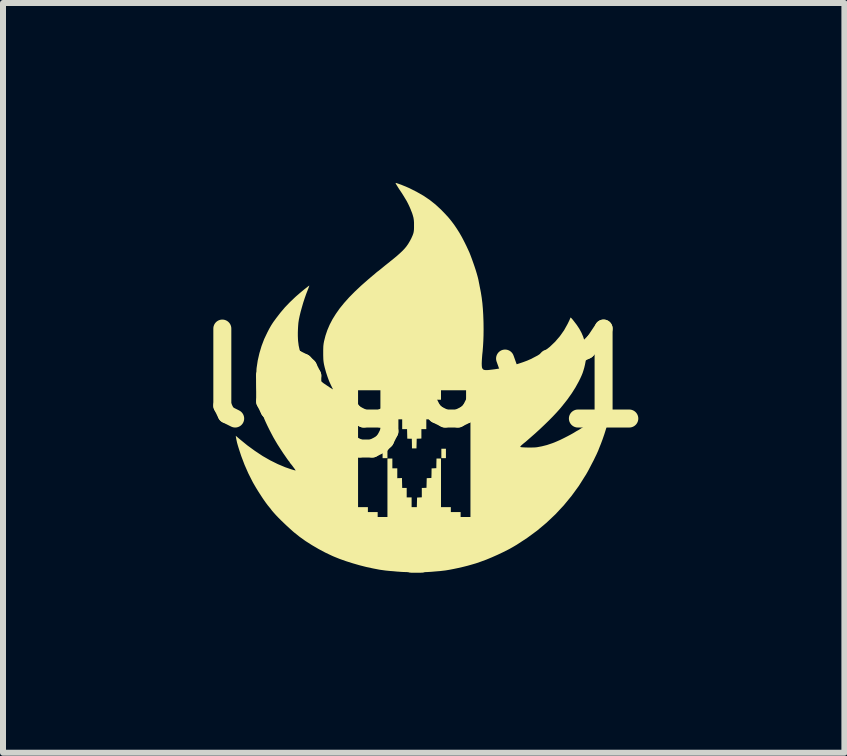
<source format=kicad_pcb>
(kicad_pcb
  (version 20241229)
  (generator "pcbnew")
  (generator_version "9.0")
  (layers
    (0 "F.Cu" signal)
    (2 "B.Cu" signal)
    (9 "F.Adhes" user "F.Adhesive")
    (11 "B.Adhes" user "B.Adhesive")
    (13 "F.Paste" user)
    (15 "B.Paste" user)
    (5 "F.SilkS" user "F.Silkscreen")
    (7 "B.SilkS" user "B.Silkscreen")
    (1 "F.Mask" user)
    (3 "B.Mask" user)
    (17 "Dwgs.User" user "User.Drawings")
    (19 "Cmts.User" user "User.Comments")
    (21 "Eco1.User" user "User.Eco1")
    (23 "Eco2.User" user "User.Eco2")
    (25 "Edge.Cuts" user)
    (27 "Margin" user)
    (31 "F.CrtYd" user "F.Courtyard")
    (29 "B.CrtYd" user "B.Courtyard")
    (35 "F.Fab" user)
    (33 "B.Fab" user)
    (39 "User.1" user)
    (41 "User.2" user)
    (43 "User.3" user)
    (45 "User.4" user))
  (footprint "logov1"
    (layer "F.Cu")
    (at 4.014 3.25)
    (property "Reference" "logov1" (at 0 0 0) (layer "F.SilkS") (effects (font (size 1.5 1.5) (thickness 0.3))))
    (attr board_only exclude_from_pos_files exclude_from_bom)
    (fp_poly (pts (xy -0.604 1.261) (xy -0.604 1.339) (xy -0.644 1.339) (xy -0.685 1.339) (xy -0.685 1.261) (xy -0.685 1.182) (xy -0.644 1.182) (xy -0.604 1.182)) (stroke (width 0) (type solid)) (fill yes) (layer "F.SilkS"))
    (fp_poly (pts (xy 0.371 1.261) (xy 0.371 1.339) (xy 0.333 1.339) (xy 0.295 1.339) (xy 0.295 1.261) (xy 0.295 1.182) (xy 0.333 1.182) (xy 0.371 1.182)) (stroke (width 0) (type solid)) (fill yes) (layer "F.SilkS"))
    (fp_poly (pts (xy -0.456 -3.248) (xy -0.435 -3.241) (xy -0.406 -3.231) (xy -0.372 -3.219) (xy -0.336 -3.204) (xy -0.298 -3.189) (xy -0.262 -3.173) (xy -0.241 -3.164) (xy -0.118 -3.102) (xy -0.004 -3.037) (xy 0.1 -2.967) (xy 0.197 -2.89) (xy 0.288 -2.806) (xy 0.293 -2.801) (xy 0.357 -2.735) (xy 0.413 -2.674) (xy 0.462 -2.614) (xy 0.508 -2.553) (xy 0.552 -2.488) (xy 0.597 -2.417) (xy 0.603 -2.406) (xy 0.629 -2.361) (xy 0.657 -2.309) (xy 0.686 -2.252) (xy 0.714 -2.195) (xy 0.74 -2.139) (xy 0.763 -2.089) (xy 0.776 -2.056) (xy 0.801 -1.99) (xy 0.825 -1.923) (xy 0.848 -1.857) (xy 0.869 -1.793) (xy 0.887 -1.733) (xy 0.902 -1.679) (xy 0.913 -1.633) (xy 0.92 -1.597) (xy 0.923 -1.581) (xy 0.928 -1.557) (xy 0.933 -1.529) (xy 0.936 -1.515) (xy 0.954 -1.423) (xy 0.968 -1.334) (xy 0.979 -1.245) (xy 0.987 -1.153) (xy 0.993 -1.055) (xy 0.997 -0.949) (xy 0.998 -0.908) (xy 0.999 -0.805) (xy 0.998 -0.71) (xy 0.995 -0.62) (xy 0.99 -0.532) (xy 0.983 -0.441) (xy 0.977 -0.388) (xy 0.974 -0.349) (xy 0.971 -0.307) (xy 0.969 -0.269) (xy 0.968 -0.238) (xy 0.969 -0.202) (xy 0.972 -0.174) (xy 0.98 -0.154) (xy 0.992 -0.14) (xy 1.011 -0.132) (xy 1.037 -0.129) (xy 1.073 -0.13) (xy 1.119 -0.135) (xy 1.144 -0.138) (xy 1.184 -0.143) (xy 1.223 -0.149) (xy 1.259 -0.155) (xy 1.288 -0.159) (xy 1.298 -0.161) (xy 1.364 -0.175) (xy 1.436 -0.193) (xy 1.511 -0.214) (xy 1.587 -0.238) (xy 1.659 -0.262) (xy 1.726 -0.287) (xy 1.783 -0.312) (xy 1.786 -0.313) (xy 1.899 -0.372) (xy 2.005 -0.44) (xy 2.103 -0.517) (xy 2.192 -0.602) (xy 2.271 -0.694) (xy 2.341 -0.793) (xy 2.4 -0.899) (xy 2.402 -0.903) (xy 2.417 -0.934) (xy 2.43 -0.961) (xy 2.439 -0.982) (xy 2.445 -0.996) (xy 2.446 -0.999) (xy 2.447 -1.005) (xy 2.453 -1.004) (xy 2.464 -0.994) (xy 2.48 -0.976) (xy 2.5 -0.951) (xy 2.553 -0.882) (xy 2.596 -0.817) (xy 2.63 -0.754) (xy 2.658 -0.69) (xy 2.68 -0.623) (xy 2.689 -0.588) (xy 2.696 -0.56) (xy 2.7 -0.536) (xy 2.703 -0.512) (xy 2.705 -0.485) (xy 2.706 -0.451) (xy 2.706 -0.409) (xy 2.706 -0.366) (xy 2.705 -0.333) (xy 2.704 -0.305) (xy 2.701 -0.28) (xy 2.696 -0.253) (xy 2.69 -0.222) (xy 2.689 -0.217) (xy 2.677 -0.167) (xy 2.664 -0.123) (xy 2.65 -0.08) (xy 2.632 -0.036) (xy 2.61 0.012) (xy 2.586 0.06) (xy 2.531 0.16) (xy 2.467 0.261) (xy 2.393 0.365) (xy 2.308 0.472) (xy 2.269 0.519) (xy 2.217 0.577) (xy 2.156 0.642) (xy 2.088 0.711) (xy 2.014 0.783) (xy 1.937 0.856) (xy 1.857 0.929) (xy 1.776 1) (xy 1.697 1.069) (xy 1.67 1.09) (xy 1.643 1.113) (xy 1.625 1.129) (xy 1.615 1.14) (xy 1.611 1.147) (xy 1.612 1.151) (xy 1.613 1.153) (xy 1.625 1.156) (xy 1.647 1.158) (xy 1.677 1.16) (xy 1.712 1.161) (xy 1.75 1.162) (xy 1.789 1.162) (xy 1.826 1.161) (xy 1.859 1.16) (xy 1.885 1.157) (xy 1.888 1.157) (xy 1.969 1.142) (xy 2.056 1.12) (xy 2.145 1.09) (xy 2.177 1.078) (xy 2.224 1.058) (xy 2.278 1.034) (xy 2.335 1.006) (xy 2.392 0.977) (xy 2.447 0.948) (xy 2.495 0.921) (xy 2.523 0.904) (xy 2.544 0.891) (xy 2.562 0.881) (xy 2.573 0.875) (xy 2.575 0.874) (xy 2.581 0.871) (xy 2.597 0.861) (xy 2.62 0.846) (xy 2.65 0.827) (xy 2.685 0.804) (xy 2.724 0.778) (xy 2.766 0.751) (xy 2.808 0.722) (xy 2.851 0.693) (xy 2.892 0.666) (xy 2.931 0.639) (xy 2.965 0.616) (xy 2.994 0.596) (xy 3.005 0.588) (xy 3.038 0.565) (xy 3.067 0.544) (xy 3.091 0.528) (xy 3.109 0.516) (xy 3.118 0.51) (xy 3.12 0.509) (xy 3.122 0.513) (xy 3.121 0.525) (xy 3.118 0.547) (xy 3.111 0.578) (xy 3.102 0.621) (xy 3.096 0.646) (xy 3.07 0.744) (xy 3.043 0.843) (xy 3.013 0.938) (xy 2.982 1.028) (xy 2.955 1.1) (xy 2.942 1.132) (xy 2.929 1.165) (xy 2.917 1.195) (xy 2.914 1.204) (xy 2.9 1.236) (xy 2.882 1.276) (xy 2.859 1.323) (xy 2.834 1.375) (xy 2.806 1.428) (xy 2.778 1.482) (xy 2.751 1.534) (xy 2.725 1.581) (xy 2.701 1.622) (xy 2.698 1.626) (xy 2.587 1.802) (xy 2.466 1.968) (xy 2.336 2.126) (xy 2.197 2.275) (xy 2.049 2.415) (xy 1.893 2.546) (xy 1.727 2.668) (xy 1.553 2.782) (xy 1.499 2.814) (xy 1.419 2.859) (xy 1.33 2.904) (xy 1.235 2.949) (xy 1.138 2.992) (xy 1.042 3.032) (xy 0.949 3.066) (xy 0.874 3.092) (xy 0.806 3.112) (xy 0.732 3.133) (xy 0.656 3.152) (xy 0.578 3.17) (xy 0.502 3.186) (xy 0.43 3.2) (xy 0.364 3.211) (xy 0.305 3.218) (xy 0.27 3.222) (xy 0.242 3.224) (xy 0.207 3.227) (xy 0.172 3.23) (xy 0.16 3.231) (xy 0.127 3.234) (xy 0.092 3.236) (xy 0.061 3.238) (xy 0.052 3.238) (xy 0.03 3.239) (xy 0.012 3.241) (xy 0.003 3.244) (xy 0.003 3.244) (xy -0.004 3.246) (xy -0.022 3.248) (xy -0.047 3.249) (xy -0.078 3.25) (xy -0.112 3.25) (xy -0.146 3.25) (xy -0.179 3.25) (xy -0.208 3.249) (xy -0.23 3.247) (xy -0.243 3.245) (xy -0.245 3.244) (xy -0.256 3.241) (xy -0.275 3.239) (xy -0.3 3.238) (xy -0.308 3.238) (xy -0.341 3.237) (xy -0.378 3.235) (xy -0.414 3.232) (xy -0.421 3.232) (xy -0.457 3.229) (xy -0.498 3.225) (xy -0.535 3.222) (xy -0.541 3.222) (xy -0.634 3.213) (xy -0.735 3.199) (xy -0.843 3.178) (xy -0.955 3.154) (xy -1.069 3.125) (xy -1.183 3.092) (xy -1.294 3.057) (xy -1.401 3.019) (xy -1.5 2.979) (xy -1.525 2.968) (xy -1.639 2.914) (xy -1.752 2.854) (xy -1.863 2.789) (xy -1.97 2.721) (xy -2.069 2.65) (xy -2.158 2.579) (xy -2.178 2.562) (xy -2.228 2.517) (xy -2.28 2.47) (xy -2.33 2.422) (xy -2.379 2.375) (xy -2.424 2.33) (xy -2.464 2.288) (xy -2.498 2.25) (xy -2.525 2.219) (xy -2.534 2.208) (xy -2.547 2.19) (xy -2.564 2.169) (xy -2.571 2.16) (xy -2.604 2.12) (xy -2.64 2.071) (xy -2.679 2.015) (xy -2.719 1.954) (xy -2.759 1.892) (xy -2.797 1.83) (xy -2.832 1.77) (xy -2.851 1.736) (xy -2.922 1.596) (xy -2.986 1.451) (xy -3.041 1.306) (xy -3.052 1.273) (xy -3.072 1.212) (xy -3.088 1.162) (xy -3.101 1.119) (xy -3.111 1.083) (xy -3.118 1.051) (xy -3.124 1.022) (xy -3.129 0.994) (xy -3.133 0.966) (xy -3.071 1.019) (xy -2.94 1.126) (xy -2.811 1.22) (xy -2.684 1.304) (xy -2.558 1.376) (xy -2.433 1.438) (xy -2.307 1.491) (xy -2.226 1.519) (xy -2.195 1.529) (xy -2.168 1.537) (xy -2.148 1.542) (xy -2.137 1.545) (xy -2.136 1.545) (xy -2.137 1.54) (xy -2.145 1.527) (xy -2.158 1.509) (xy -2.173 1.489) (xy -2.189 1.467) (xy -2.204 1.448) (xy -2.217 1.432) (xy -2.225 1.423) (xy -2.227 1.422) (xy -2.232 1.415) (xy -2.232 1.411) (xy -2.235 1.402) (xy -2.237 1.401) (xy -2.243 1.395) (xy -2.256 1.379) (xy -2.273 1.356) (xy -2.293 1.327) (xy -2.317 1.292) (xy -2.343 1.255) (xy -2.369 1.215) (xy -2.395 1.175) (xy -2.42 1.136) (xy -2.437 1.11) (xy -2.47 1.054) (xy -2.506 0.992) (xy -2.541 0.926) (xy -2.575 0.86) (xy -2.607 0.795) (xy -2.635 0.735) (xy -2.658 0.683) (xy -2.66 0.677) (xy -2.695 0.58) (xy -2.727 0.476) (xy -2.753 0.37) (xy -2.774 0.266) (xy -2.782 0.212) (xy -2.782 0.207) (xy -1.094 0.207) (xy -1.094 1.182) (xy -1.094 2.156) (xy -1.012 2.156) (xy -0.93 2.156) (xy -0.93 2.197) (xy -0.93 2.238) (xy -0.849 2.238) (xy -0.767 2.238) (xy -0.767 2.279) (xy -0.767 2.32) (xy -0.685 2.32) (xy -0.604 2.32) (xy -0.604 1.833) (xy -0.604 1.345) (xy -0.563 1.345) (xy -0.522 1.345) (xy -0.522 1.427) (xy -0.522 1.509) (xy -0.481 1.509) (xy -0.44 1.509) (xy -0.44 1.591) (xy -0.44 1.673) (xy -0.401 1.672) (xy -0.362 1.67) (xy -0.36 1.753) (xy -0.358 1.836) (xy -0.32 1.836) (xy -0.283 1.836) (xy -0.283 1.914) (xy -0.283 1.993) (xy -0.242 1.993) (xy -0.201 1.993) (xy -0.201 2.075) (xy -0.201 2.156) (xy -0.157 2.156) (xy -0.114 2.156) (xy -0.112 2.076) (xy -0.11 1.996) (xy -0.071 1.994) (xy -0.031 1.992) (xy -0.031 1.914) (xy -0.031 1.836) (xy 0.008 1.835) (xy 0.047 1.833) (xy 0.049 1.753) (xy 0.051 1.673) (xy 0.09 1.671) (xy 0.129 1.669) (xy 0.131 1.589) (xy 0.132 1.51) (xy 0.172 1.508) (xy 0.211 1.506) (xy 0.212 1.426) (xy 0.214 1.345) (xy 0.252 1.345) (xy 0.289 1.345) (xy 0.289 1.751) (xy 0.289 2.156) (xy 0.371 2.156) (xy 0.453 2.156) (xy 0.453 2.197) (xy 0.453 2.238) (xy 0.534 2.238) (xy 0.616 2.238) (xy 0.616 2.279) (xy 0.616 2.32) (xy 0.698 2.32) (xy 0.78 2.32) (xy 0.78 1.264) (xy 0.78 0.207) (xy 0.534 0.207) (xy 0.289 0.207) (xy 0.289 0.286) (xy 0.289 0.365) (xy 0.248 0.365) (xy 0.207 0.365) (xy 0.207 0.446) (xy 0.207 0.528) (xy 0.167 0.528) (xy 0.126 0.528) (xy 0.126 0.61) (xy 0.126 0.692) (xy 0.085 0.692) (xy 0.044 0.692) (xy 0.044 0.773) (xy 0.044 0.855) (xy 0.003 0.855) (xy -0.038 0.855) (xy -0.038 0.933) (xy -0.038 1.012) (xy -0.077 1.014) (xy -0.116 1.015) (xy -0.118 1.096) (xy -0.12 1.176) (xy -0.157 1.176) (xy -0.195 1.176) (xy -0.196 1.096) (xy -0.198 1.015) (xy -0.236 1.015) (xy -0.273 1.014) (xy -0.275 0.935) (xy -0.277 0.855) (xy -0.318 0.855) (xy -0.358 0.855) (xy -0.358 0.773) (xy -0.358 0.692) (xy -0.399 0.692) (xy -0.44 0.692) (xy -0.44 0.61) (xy -0.44 0.528) (xy -0.481 0.528) (xy -0.522 0.528) (xy -0.522 0.446) (xy -0.522 0.365) (xy -0.563 0.365) (xy -0.604 0.365) (xy -0.604 0.286) (xy -0.604 0.207) (xy -0.849 0.207) (xy -1.094 0.207) (xy -2.782 0.207) (xy -2.786 0.171) (xy -2.789 0.122) (xy -2.791 0.066) (xy -2.791 0.008) (xy -2.791 -0.05) (xy -2.789 -0.104) (xy -2.787 -0.15) (xy -2.785 -0.168) (xy -2.767 -0.288) (xy -2.739 -0.41) (xy -2.703 -0.531) (xy -2.659 -0.647) (xy -2.609 -0.752) (xy -2.587 -0.795) (xy -2.569 -0.829) (xy -2.553 -0.857) (xy -2.538 -0.882) (xy -2.522 -0.907) (xy -2.504 -0.934) (xy -2.481 -0.965) (xy -2.457 -0.998) (xy -2.385 -1.091) (xy -2.311 -1.178) (xy -2.231 -1.261) (xy -2.144 -1.344) (xy -2.122 -1.364) (xy -2.094 -1.388) (xy -2.064 -1.414) (xy -2.033 -1.44) (xy -2.002 -1.466) (xy -1.973 -1.489) (xy -1.947 -1.509) (xy -1.927 -1.525) (xy -1.913 -1.535) (xy -1.907 -1.538) (xy -1.907 -1.538) (xy -1.908 -1.532) (xy -1.914 -1.516) (xy -1.922 -1.493) (xy -1.933 -1.466) (xy -1.933 -1.465) (xy -1.958 -1.401) (xy -1.983 -1.33) (xy -2.008 -1.254) (xy -2.03 -1.178) (xy -2.051 -1.103) (xy -2.068 -1.032) (xy -2.081 -0.97) (xy -2.083 -0.956) (xy -2.089 -0.916) (xy -2.093 -0.867) (xy -2.096 -0.813) (xy -2.098 -0.756) (xy -2.098 -0.7) (xy -2.096 -0.649) (xy -2.094 -0.616) (xy -2.084 -0.537) (xy -2.067 -0.46) (xy -2.041 -0.383) (xy -2.021 -0.333) (xy -1.972 -0.238) (xy -1.913 -0.149) (xy -1.844 -0.065) (xy -1.763 0.014) (xy -1.671 0.089) (xy -1.567 0.159) (xy -1.553 0.168) (xy -1.511 0.193) (xy -1.547 0.12) (xy -1.576 0.056) (xy -1.603 -0.017) (xy -1.628 -0.093) (xy -1.649 -0.169) (xy -1.658 -0.207) (xy -1.664 -0.236) (xy -1.668 -0.261) (xy -1.671 -0.285) (xy -1.673 -0.31) (xy -1.674 -0.341) (xy -1.675 -0.379) (xy -1.675 -0.415) (xy -1.675 -0.462) (xy -1.674 -0.499) (xy -1.673 -0.529) (xy -1.67 -0.555) (xy -1.667 -0.578) (xy -1.662 -0.603) (xy -1.661 -0.61) (xy -1.637 -0.704) (xy -1.606 -0.796) (xy -1.567 -0.887) (xy -1.52 -0.977) (xy -1.464 -1.067) (xy -1.4 -1.158) (xy -1.326 -1.249) (xy -1.242 -1.343) (xy -1.148 -1.438) (xy -1.043 -1.537) (xy -0.927 -1.639) (xy -0.88 -1.679) (xy -0.853 -1.702) (xy -0.828 -1.722) (xy -0.809 -1.739) (xy -0.796 -1.75) (xy -0.792 -1.753) (xy -0.786 -1.759) (xy -0.772 -1.77) (xy -0.754 -1.783) (xy -0.754 -1.783) (xy -0.735 -1.798) (xy -0.719 -1.811) (xy -0.71 -1.818) (xy -0.703 -1.824) (xy -0.687 -1.837) (xy -0.664 -1.856) (xy -0.636 -1.879) (xy -0.603 -1.905) (xy -0.566 -1.934) (xy -0.56 -1.94) (xy -0.496 -1.991) (xy -0.441 -2.037) (xy -0.395 -2.078) (xy -0.356 -2.115) (xy -0.323 -2.149) (xy -0.296 -2.181) (xy -0.288 -2.191) (xy -0.259 -2.232) (xy -0.231 -2.279) (xy -0.206 -2.326) (xy -0.186 -2.371) (xy -0.178 -2.392) (xy -0.171 -2.413) (xy -0.167 -2.431) (xy -0.164 -2.451) (xy -0.162 -2.473) (xy -0.161 -2.503) (xy -0.161 -2.54) (xy -0.161 -2.589) (xy -0.164 -2.631) (xy -0.17 -2.669) (xy -0.18 -2.707) (xy -0.193 -2.748) (xy -0.213 -2.797) (xy -0.215 -2.804) (xy -0.232 -2.844) (xy -0.249 -2.881) (xy -0.267 -2.917) (xy -0.286 -2.953) (xy -0.309 -2.991) (xy -0.335 -3.034) (xy -0.366 -3.083) (xy -0.404 -3.14) (xy -0.409 -3.147) (xy -0.431 -3.182) (xy -0.449 -3.211) (xy -0.462 -3.232) (xy -0.468 -3.246) (xy -0.468 -3.25)) (stroke (width 0) (type solid)) (fill yes) (layer "F.SilkS")))
  (gr_rect
    (start -3 -3)
    (end 11.029 9.501)
    (stroke (width 0.1) (type default))
    (fill no)
    (layer "Edge.Cuts")))
</source>
